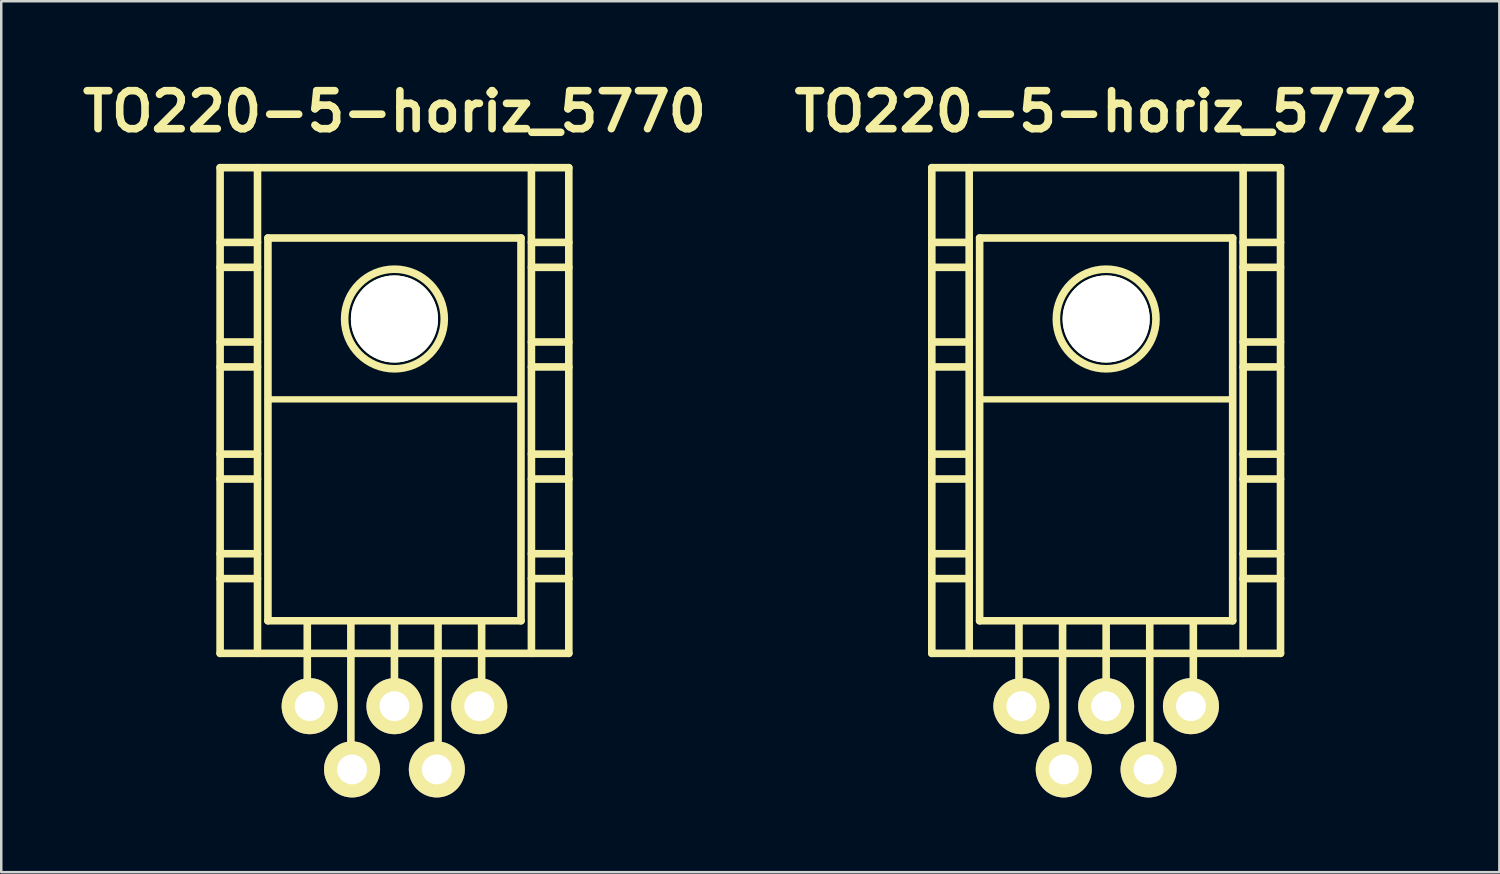
<source format=kicad_pcb>
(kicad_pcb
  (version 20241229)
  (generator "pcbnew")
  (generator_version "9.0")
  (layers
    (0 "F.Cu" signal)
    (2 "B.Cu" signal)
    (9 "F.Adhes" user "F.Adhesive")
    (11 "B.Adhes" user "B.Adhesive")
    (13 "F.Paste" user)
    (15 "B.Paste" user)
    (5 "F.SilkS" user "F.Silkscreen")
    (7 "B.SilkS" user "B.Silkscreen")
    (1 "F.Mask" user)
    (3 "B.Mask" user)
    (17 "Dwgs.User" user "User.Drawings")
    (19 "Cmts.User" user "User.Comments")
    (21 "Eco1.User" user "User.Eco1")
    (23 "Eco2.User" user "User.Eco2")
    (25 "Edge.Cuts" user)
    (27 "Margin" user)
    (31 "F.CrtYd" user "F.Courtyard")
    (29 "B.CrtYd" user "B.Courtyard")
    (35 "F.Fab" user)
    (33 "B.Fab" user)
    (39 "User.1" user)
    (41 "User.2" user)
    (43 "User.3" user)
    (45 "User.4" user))
  (footprint "TO220-5-horiz_5770"
    (layer "F.Cu")
    (at 12.787 17.682)
    (property "Reference" "TO220-5-horiz_5770" (at 0 -16.256 0) (layer "F.SilkS") (effects (font (size 1.524 1.524) (thickness 0.305))))
    (attr through_hole)
    (fp_line (start -7 -14) (end -7 5.499) (stroke (width 0.305) (type solid)) (layer "F.SilkS"))
    (fp_line (start -7 -11.001) (end -5.499 -11.001) (stroke (width 0.305) (type solid)) (layer "F.SilkS"))
    (fp_line (start -7 -10) (end -5.499 -10) (stroke (width 0.305) (type solid)) (layer "F.SilkS"))
    (fp_line (start -7 -7) (end -5.499 -7) (stroke (width 0.305) (type solid)) (layer "F.SilkS"))
    (fp_line (start -7 -5.999) (end -5.499 -5.999) (stroke (width 0.305) (type solid)) (layer "F.SilkS"))
    (fp_line (start -7 -2.499) (end -5.499 -2.499) (stroke (width 0.305) (type solid)) (layer "F.SilkS"))
    (fp_line (start -7 -1.501) (end -5.499 -1.501) (stroke (width 0.305) (type solid)) (layer "F.SilkS"))
    (fp_line (start -7 1.501) (end -5.499 1.501) (stroke (width 0.305) (type solid)) (layer "F.SilkS"))
    (fp_line (start -7 2.499) (end -5.499 2.499) (stroke (width 0.305) (type solid)) (layer "F.SilkS"))
    (fp_line (start -7 5.499) (end 7 5.499) (stroke (width 0.305) (type solid)) (layer "F.SilkS"))
    (fp_line (start -5.499 5.499) (end -5.499 -14) (stroke (width 0.305) (type solid)) (layer "F.SilkS"))
    (fp_line (start -5.08 -11.176) (end -5.08 4.191) (stroke (width 0.305) (type solid)) (layer "F.SilkS"))
    (fp_line (start -5.08 4.191) (end 5.08 4.191) (stroke (width 0.305) (type solid)) (layer "F.SilkS"))
    (fp_line (start -3.5 7.75) (end -3.5 4.249) (stroke (width 0.305) (type solid)) (layer "F.SilkS"))
    (fp_line (start -1.75 10.249) (end -1.75 4.249) (stroke (width 0.305) (type solid)) (layer "F.SilkS"))
    (fp_line (start 0 7.75) (end 0 4.249) (stroke (width 0.305) (type solid)) (layer "F.SilkS"))
    (fp_line (start 1.75 10.249) (end 1.75 4.249) (stroke (width 0.305) (type solid)) (layer "F.SilkS"))
    (fp_line (start 3.5 7.75) (end 3.5 4.249) (stroke (width 0.305) (type solid)) (layer "F.SilkS"))
    (fp_line (start 5.08 -11.176) (end -5.08 -11.176) (stroke (width 0.305) (type solid)) (layer "F.SilkS"))
    (fp_line (start 5.08 -4.699) (end -5.08 -4.699) (stroke (width 0.254) (type solid)) (layer "F.SilkS"))
    (fp_line (start 5.08 4.191) (end 5.08 -11.176) (stroke (width 0.305) (type solid)) (layer "F.SilkS"))
    (fp_line (start 5.499 -14) (end 5.499 5.499) (stroke (width 0.305) (type solid)) (layer "F.SilkS"))
    (fp_line (start 5.499 -11.001) (end 7 -11.001) (stroke (width 0.305) (type solid)) (layer "F.SilkS"))
    (fp_line (start 5.499 -10) (end 7 -10) (stroke (width 0.305) (type solid)) (layer "F.SilkS"))
    (fp_line (start 5.499 -7) (end 7 -7) (stroke (width 0.305) (type solid)) (layer "F.SilkS"))
    (fp_line (start 5.499 -5.999) (end 7 -5.999) (stroke (width 0.305) (type solid)) (layer "F.SilkS"))
    (fp_line (start 5.499 -2.499) (end 7 -2.499) (stroke (width 0.305) (type solid)) (layer "F.SilkS"))
    (fp_line (start 5.499 -1.501) (end 7 -1.501) (stroke (width 0.305) (type solid)) (layer "F.SilkS"))
    (fp_line (start 5.499 1.501) (end 7 1.501) (stroke (width 0.305) (type solid)) (layer "F.SilkS"))
    (fp_line (start 5.499 2.499) (end 7 2.499) (stroke (width 0.305) (type solid)) (layer "F.SilkS"))
    (fp_line (start 7 -14) (end -7 -14) (stroke (width 0.305) (type solid)) (layer "F.SilkS"))
    (fp_line (start 7 5.499) (end 7 -14) (stroke (width 0.305) (type solid)) (layer "F.SilkS"))
    (fp_circle (center 0 -7.925) (end -1.999 -8.001) (stroke (width 0.305) (type solid)) (fill no) (layer "F.SilkS"))
    (pad "" np_thru_hole circle (at 0 -7.925) (size 3.498 3.498) (drill 3.498) (layers "*.Cu" "*.Mask" "F.SilkS"))
    (pad "1" thru_hole circle (at -3.404 7.62) (size 2.25 2.25) (drill 1.199) (layers "*.Cu" "*.Mask" "F.SilkS"))
    (pad "2" thru_hole circle (at -1.702 10.16) (size 2.25 2.25) (drill 1.199) (layers "*.Cu" "*.Mask" "F.SilkS"))
    (pad "3" thru_hole circle (at 0 7.62) (size 2.25 2.25) (drill 1.199) (layers "*.Cu" "*.Mask" "F.SilkS"))
    (pad "4" thru_hole circle (at 1.702 10.16) (size 2.25 2.25) (drill 1.199) (layers "*.Cu" "*.Mask" "F.SilkS"))
    (pad "5" thru_hole circle (at 3.404 7.62) (size 2.25 2.25) (drill 1.199) (layers "*.Cu" "*.Mask" "F.SilkS")))
  (footprint "TO220-5-horiz_5772"
    (layer "F.Cu")
    (at 41.361 17.682)
    (property "Reference" "TO220-5-horiz_5772" (at 0 -16.256 0) (layer "F.SilkS") (effects (font (size 1.524 1.524) (thickness 0.305))))
    (attr through_hole)
    (fp_line (start -7 -14) (end -7 5.499) (stroke (width 0.305) (type solid)) (layer "F.SilkS"))
    (fp_line (start -7 -11.001) (end -5.499 -11.001) (stroke (width 0.305) (type solid)) (layer "F.SilkS"))
    (fp_line (start -7 -10) (end -5.499 -10) (stroke (width 0.305) (type solid)) (layer "F.SilkS"))
    (fp_line (start -7 -7) (end -5.499 -7) (stroke (width 0.305) (type solid)) (layer "F.SilkS"))
    (fp_line (start -7 -5.999) (end -5.499 -5.999) (stroke (width 0.305) (type solid)) (layer "F.SilkS"))
    (fp_line (start -7 -2.499) (end -5.499 -2.499) (stroke (width 0.305) (type solid)) (layer "F.SilkS"))
    (fp_line (start -7 -1.501) (end -5.499 -1.501) (stroke (width 0.305) (type solid)) (layer "F.SilkS"))
    (fp_line (start -7 1.501) (end -5.499 1.501) (stroke (width 0.305) (type solid)) (layer "F.SilkS"))
    (fp_line (start -7 2.499) (end -5.499 2.499) (stroke (width 0.305) (type solid)) (layer "F.SilkS"))
    (fp_line (start -7 5.499) (end 7 5.499) (stroke (width 0.305) (type solid)) (layer "F.SilkS"))
    (fp_line (start -5.499 5.499) (end -5.499 -14) (stroke (width 0.305) (type solid)) (layer "F.SilkS"))
    (fp_line (start -5.08 -11.176) (end -5.08 4.191) (stroke (width 0.305) (type solid)) (layer "F.SilkS"))
    (fp_line (start -5.08 4.191) (end 5.08 4.191) (stroke (width 0.305) (type solid)) (layer "F.SilkS"))
    (fp_line (start -3.5 7.75) (end -3.5 4.249) (stroke (width 0.305) (type solid)) (layer "F.SilkS"))
    (fp_line (start -1.75 10.249) (end -1.75 4.249) (stroke (width 0.305) (type solid)) (layer "F.SilkS"))
    (fp_line (start 0 7.75) (end 0 4.249) (stroke (width 0.305) (type solid)) (layer "F.SilkS"))
    (fp_line (start 1.75 10.249) (end 1.75 4.249) (stroke (width 0.305) (type solid)) (layer "F.SilkS"))
    (fp_line (start 3.5 7.75) (end 3.5 4.249) (stroke (width 0.305) (type solid)) (layer "F.SilkS"))
    (fp_line (start 5.08 -11.176) (end -5.08 -11.176) (stroke (width 0.305) (type solid)) (layer "F.SilkS"))
    (fp_line (start 5.08 -4.699) (end -5.08 -4.699) (stroke (width 0.254) (type solid)) (layer "F.SilkS"))
    (fp_line (start 5.08 4.191) (end 5.08 -11.176) (stroke (width 0.305) (type solid)) (layer "F.SilkS"))
    (fp_line (start 5.499 -14) (end 5.499 5.499) (stroke (width 0.305) (type solid)) (layer "F.SilkS"))
    (fp_line (start 5.499 -11.001) (end 7 -11.001) (stroke (width 0.305) (type solid)) (layer "F.SilkS"))
    (fp_line (start 5.499 -10) (end 7 -10) (stroke (width 0.305) (type solid)) (layer "F.SilkS"))
    (fp_line (start 5.499 -7) (end 7 -7) (stroke (width 0.305) (type solid)) (layer "F.SilkS"))
    (fp_line (start 5.499 -5.999) (end 7 -5.999) (stroke (width 0.305) (type solid)) (layer "F.SilkS"))
    (fp_line (start 5.499 -2.499) (end 7 -2.499) (stroke (width 0.305) (type solid)) (layer "F.SilkS"))
    (fp_line (start 5.499 -1.501) (end 7 -1.501) (stroke (width 0.305) (type solid)) (layer "F.SilkS"))
    (fp_line (start 5.499 1.501) (end 7 1.501) (stroke (width 0.305) (type solid)) (layer "F.SilkS"))
    (fp_line (start 5.499 2.499) (end 7 2.499) (stroke (width 0.305) (type solid)) (layer "F.SilkS"))
    (fp_line (start 7 -14) (end -7 -14) (stroke (width 0.305) (type solid)) (layer "F.SilkS"))
    (fp_line (start 7 5.499) (end 7 -14) (stroke (width 0.305) (type solid)) (layer "F.SilkS"))
    (fp_circle (center 0 -7.925) (end -1.999 -8.001) (stroke (width 0.305) (type solid)) (fill no) (layer "F.SilkS"))
    (pad "" np_thru_hole circle (at 0 -7.925) (size 3.498 3.498) (drill 3.498) (layers "*.Cu" "*.Mask" "F.SilkS"))
    (pad "1" thru_hole circle (at -3.404 7.62) (size 2.25 2.25) (drill 1.199) (layers "*.Cu" "*.Mask" "F.SilkS"))
    (pad "2" thru_hole circle (at -1.702 10.16) (size 2.25 2.25) (drill 1.199) (layers "*.Cu" "*.Mask" "F.SilkS"))
    (pad "3" thru_hole circle (at 0 7.62) (size 2.25 2.25) (drill 1.199) (layers "*.Cu" "*.Mask" "F.SilkS"))
    (pad "4" thru_hole circle (at 1.702 10.16) (size 2.25 2.25) (drill 1.199) (layers "*.Cu" "*.Mask" "F.SilkS"))
    (pad "5" thru_hole circle (at 3.404 7.62) (size 2.25 2.25) (drill 1.199) (layers "*.Cu" "*.Mask" "F.SilkS")))
  (gr_rect
    (start -3 -3)
    (end 57.148 31.968)
    (stroke (width 0.1) (type default))
    (fill no)
    (layer "Edge.Cuts")))
</source>
